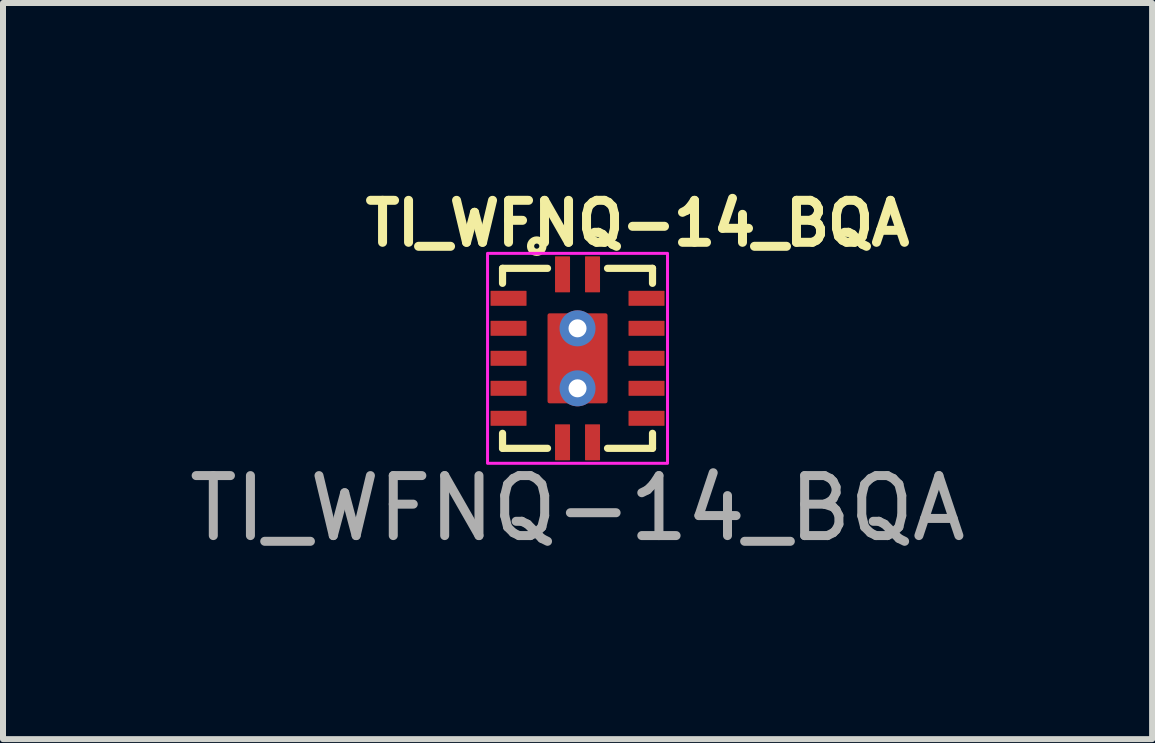
<source format=kicad_pcb>
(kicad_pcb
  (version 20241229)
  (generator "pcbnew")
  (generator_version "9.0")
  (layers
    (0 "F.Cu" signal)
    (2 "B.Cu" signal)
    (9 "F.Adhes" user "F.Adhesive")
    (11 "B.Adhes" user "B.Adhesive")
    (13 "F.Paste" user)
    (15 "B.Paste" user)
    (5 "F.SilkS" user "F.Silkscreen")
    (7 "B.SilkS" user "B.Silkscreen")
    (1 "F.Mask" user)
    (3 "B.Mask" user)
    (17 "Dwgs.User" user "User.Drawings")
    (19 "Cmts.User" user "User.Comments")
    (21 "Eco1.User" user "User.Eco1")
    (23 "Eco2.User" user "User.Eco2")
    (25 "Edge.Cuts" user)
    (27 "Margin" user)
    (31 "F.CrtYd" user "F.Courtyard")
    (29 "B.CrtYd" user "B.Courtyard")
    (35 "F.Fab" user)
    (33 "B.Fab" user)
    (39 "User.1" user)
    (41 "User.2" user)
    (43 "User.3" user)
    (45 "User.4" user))
  (footprint "TI_WFNQ-14_BQA"
    (layer "F.Cu")
    (at 6.577 2.923)
    (property "Reference" "TI_WFNQ-14_BQA" (at 1 -2.25 0) (unlocked yes) (layer "F.SilkS") (effects (font (size 0.7 0.7) (thickness 0.15))))
    (attr smd)
    (fp_line (start -1.25 -1.5) (end -0.5 -1.5) (stroke (width 0.12) (type solid)) (layer "F.SilkS"))
    (fp_line (start -1.25 -1.25) (end -1.25 -1.5) (stroke (width 0.12) (type solid)) (layer "F.SilkS"))
    (fp_line (start -1.25 1.5) (end -1.25 1.25) (stroke (width 0.12) (type solid)) (layer "F.SilkS"))
    (fp_line (start -0.5 1.5) (end -1.25 1.5) (stroke (width 0.12) (type solid)) (layer "F.SilkS"))
    (fp_line (start 0.5 -1.5) (end 1.25 -1.5) (stroke (width 0.12) (type solid)) (layer "F.SilkS"))
    (fp_line (start 1.25 -1.5) (end 1.25 -1.25) (stroke (width 0.12) (type solid)) (layer "F.SilkS"))
    (fp_line (start 1.25 1.25) (end 1.25 1.5) (stroke (width 0.12) (type solid)) (layer "F.SilkS"))
    (fp_line (start 1.25 1.5) (end 0.5 1.5) (stroke (width 0.12) (type solid)) (layer "F.SilkS"))
    (fp_circle (center -0.68 -1.87) (end -0.63 -1.78) (stroke (width 0.12) (type solid)) (fill no) (layer "F.SilkS"))
    (fp_rect (start -1.5 -1.75) (end 1.5 1.75) (stroke (width 0.05) (type solid)) (fill no) (layer "F.CrtYd"))
    (fp_text user "${REFERENCE}" (at 0 2.5 0) (unlocked yes) (layer "F.Fab") (effects (font (size 1 1) (thickness 0.15))))
    (pad "1" smd roundrect (at -0.25 -1.4 90) (size 0.6 0.25) (layers "F.Cu" "F.Mask" "F.Paste") (roundrect_rratio 0.033))
    (pad "2" smd roundrect (at -1.15 -1 180) (size 0.6 0.25) (layers "F.Cu" "F.Mask" "F.Paste") (roundrect_rratio 0.033))
    (pad "3" smd roundrect (at -1.15 -0.5 180) (size 0.6 0.25) (layers "F.Cu" "F.Mask" "F.Paste") (roundrect_rratio 0.033))
    (pad "4" smd roundrect (at -1.15 0 180) (size 0.6 0.25) (layers "F.Cu" "F.Mask" "F.Paste") (roundrect_rratio 0.033))
    (pad "5" smd roundrect (at -1.15 0.5 180) (size 0.6 0.25) (layers "F.Cu" "F.Mask" "F.Paste") (roundrect_rratio 0.033))
    (pad "6" smd roundrect (at -1.15 1 180) (size 0.6 0.25) (layers "F.Cu" "F.Mask" "F.Paste") (roundrect_rratio 0.033))
    (pad "7" smd roundrect (at -0.25 1.4 90) (size 0.6 0.25) (layers "F.Cu" "F.Mask" "F.Paste") (roundrect_rratio 0.033))
    (pad "7" thru_hole circle (at 0 -0.5 180) (size 0.6 0.6) (drill 0.3) (layers "*.Cu" "*.Mask"))
    (pad "7" smd roundrect (at 0 0 180) (size 1 1.5) (layers "F.Cu" "F.Mask" "F.Paste") (roundrect_rratio 0.033))
    (pad "7" thru_hole circle (at 0 0.5 180) (size 0.6 0.6) (drill 0.3) (layers "*.Cu" "*.Mask"))
    (pad "8" smd roundrect (at 0.25 1.4 90) (size 0.6 0.25) (layers "F.Cu" "F.Mask" "F.Paste") (roundrect_rratio 0.033))
    (pad "9" smd roundrect (at 1.15 1 180) (size 0.6 0.25) (layers "F.Cu" "F.Mask" "F.Paste") (roundrect_rratio 0.033))
    (pad "10" smd roundrect (at 1.15 0.5 180) (size 0.6 0.25) (layers "F.Cu" "F.Mask" "F.Paste") (roundrect_rratio 0.033))
    (pad "11" smd roundrect (at 1.15 0 180) (size 0.6 0.25) (layers "F.Cu" "F.Mask" "F.Paste") (roundrect_rratio 0.033))
    (pad "12" smd roundrect (at 1.15 -0.5 180) (size 0.6 0.25) (layers "F.Cu" "F.Mask" "F.Paste") (roundrect_rratio 0.033))
    (pad "13" smd roundrect (at 1.15 -1 180) (size 0.6 0.25) (layers "F.Cu" "F.Mask" "F.Paste") (roundrect_rratio 0.033))
    (pad "14" smd roundrect (at 0.25 -1.4 90) (size 0.6 0.25) (layers "F.Cu" "F.Mask" "F.Paste") (roundrect_rratio 0.033)))
  (gr_rect
    (start -3 -3)
    (end 16.155 9.271)
    (stroke (width 0.1) (type default))
    (fill no)
    (layer "Edge.Cuts")))
</source>
